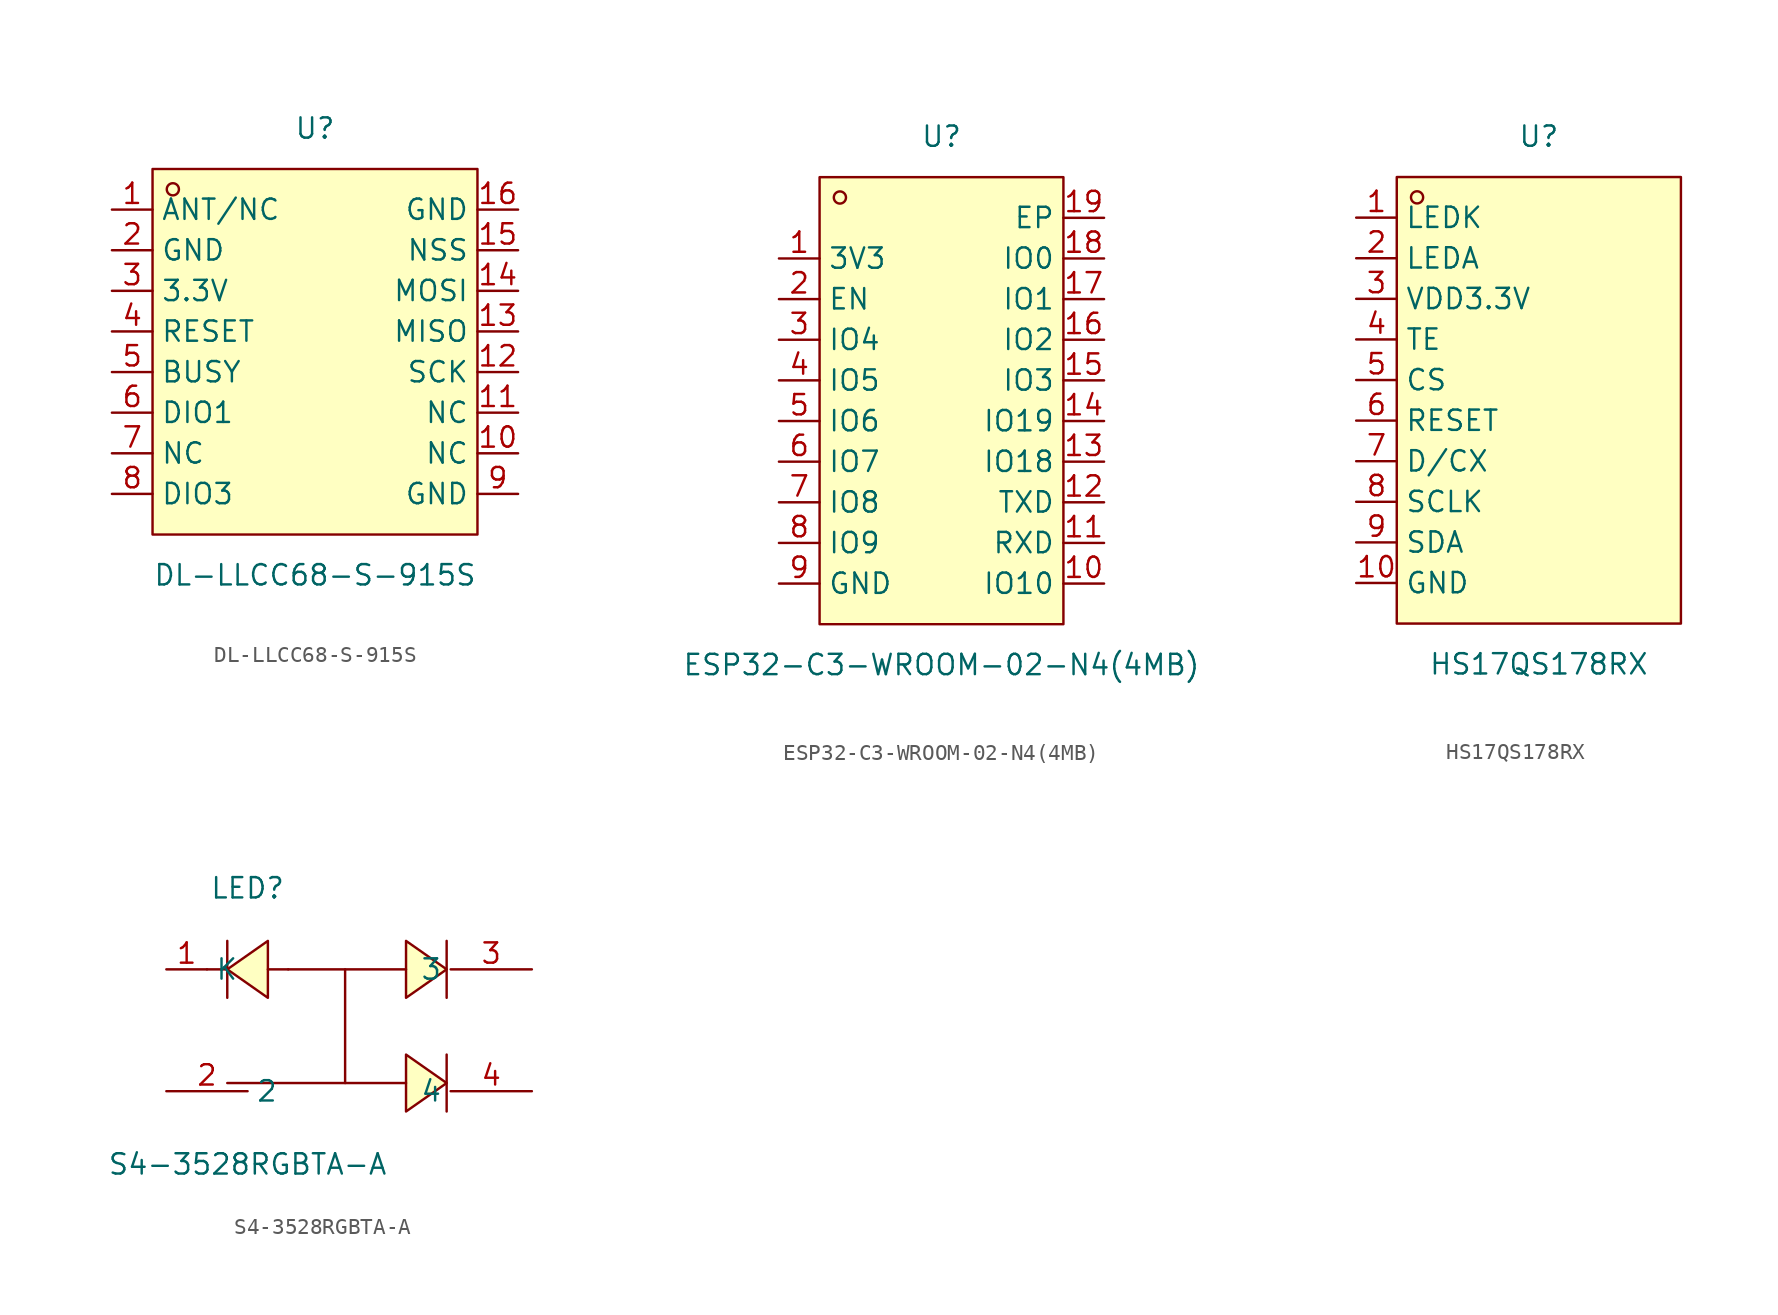
<source format=kicad_sym>
(kicad_symbol_lib
  (version 20241209)
  (generator "kicad_symbol_editor")
  (generator_version "9.0")
  (symbol "DL-LLCC68-S-915S"
    (property "Reference" "U"
      (at 0 13.97 0)
      (effects (font (size 1.27 1.27))))
    (property "Value" "DL-LLCC68-S-915S"
      (at 0 -13.97 0)
      (effects (font (size 1.27 1.27))))
    (symbol "DL-LLCC68-S-915S_0_1"
      (rectangle (start -10.16 11.43) (end 10.16 -11.43) (stroke (width 0) (type default)) (fill (type background)))
      (circle (center -8.89 10.16) (radius 0.38) (stroke (width 0) (type default)) (fill (type none)))
      (pin unspecified line (at -12.7 8.89 0) (length 2.54) (name "ANT/NC" (effects (font (size 1.27 1.27)))) (number "1" (effects (font (size 1.27 1.27)))))
      (pin unspecified line (at -12.7 6.35 0) (length 2.54) (name "GND" (effects (font (size 1.27 1.27)))) (number "2" (effects (font (size 1.27 1.27)))))
      (pin unspecified line (at -12.7 3.81 0) (length 2.54) (name "3.3V" (effects (font (size 1.27 1.27)))) (number "3" (effects (font (size 1.27 1.27)))))
      (pin unspecified line (at -12.7 1.27 0) (length 2.54) (name "RESET" (effects (font (size 1.27 1.27)))) (number "4" (effects (font (size 1.27 1.27)))))
      (pin unspecified line (at -12.7 -1.27 0) (length 2.54) (name "BUSY" (effects (font (size 1.27 1.27)))) (number "5" (effects (font (size 1.27 1.27)))))
      (pin unspecified line (at -12.7 -3.81 0) (length 2.54) (name "DIO1" (effects (font (size 1.27 1.27)))) (number "6" (effects (font (size 1.27 1.27)))))
      (pin unspecified line (at -12.7 -6.35 0) (length 2.54) (name "NC" (effects (font (size 1.27 1.27)))) (number "7" (effects (font (size 1.27 1.27)))))
      (pin unspecified line (at -12.7 -8.89 0) (length 2.54) (name "DIO3" (effects (font (size 1.27 1.27)))) (number "8" (effects (font (size 1.27 1.27)))))
      (pin unspecified line (at 12.7 8.89 180) (length 2.54) (name "GND" (effects (font (size 1.27 1.27)))) (number "16" (effects (font (size 1.27 1.27)))))
      (pin unspecified line (at 12.7 6.35 180) (length 2.54) (name "NSS" (effects (font (size 1.27 1.27)))) (number "15" (effects (font (size 1.27 1.27)))))
      (pin unspecified line (at 12.7 3.81 180) (length 2.54) (name "MOSI" (effects (font (size 1.27 1.27)))) (number "14" (effects (font (size 1.27 1.27)))))
      (pin unspecified line (at 12.7 1.27 180) (length 2.54) (name "MISO" (effects (font (size 1.27 1.27)))) (number "13" (effects (font (size 1.27 1.27)))))
      (pin unspecified line (at 12.7 -1.27 180) (length 2.54) (name "SCK" (effects (font (size 1.27 1.27)))) (number "12" (effects (font (size 1.27 1.27)))))
      (pin unspecified line (at 12.7 -3.81 180) (length 2.54) (name "NC" (effects (font (size 1.27 1.27)))) (number "11" (effects (font (size 1.27 1.27)))))
      (pin unspecified line (at 12.7 -6.35 180) (length 2.54) (name "NC" (effects (font (size 1.27 1.27)))) (number "10" (effects (font (size 1.27 1.27)))))
      (pin unspecified line (at 12.7 -8.89 180) (length 2.54) (name "GND" (effects (font (size 1.27 1.27)))) (number "9" (effects (font (size 1.27 1.27)))))))
  (symbol "ESP32-C3-WROOM-02-N4(4MB)"
    (property "Reference" "U"
      (at 0 16.51 0)
      (effects (font (size 1.27 1.27))))
    (property "Value" "ESP32-C3-WROOM-02-N4(4MB)"
      (at 0 -16.51 0)
      (effects (font (size 1.27 1.27))))
    (symbol "ESP32-C3-WROOM-02-N4(4MB)_0_1"
      (rectangle (start -7.62 13.97) (end 7.62 -13.97) (stroke (width 0) (type default)) (fill (type background)))
      (circle (center -6.35 12.7) (radius 0.38) (stroke (width 0) (type default)) (fill (type none)))
      (pin unspecified line (at -10.16 8.89 0) (length 2.54) (name "3V3" (effects (font (size 1.27 1.27)))) (number "1" (effects (font (size 1.27 1.27)))))
      (pin unspecified line (at -10.16 6.35 0) (length 2.54) (name "EN" (effects (font (size 1.27 1.27)))) (number "2" (effects (font (size 1.27 1.27)))))
      (pin unspecified line (at -10.16 3.81 0) (length 2.54) (name "IO4" (effects (font (size 1.27 1.27)))) (number "3" (effects (font (size 1.27 1.27)))))
      (pin unspecified line (at -10.16 1.27 0) (length 2.54) (name "IO5" (effects (font (size 1.27 1.27)))) (number "4" (effects (font (size 1.27 1.27)))))
      (pin unspecified line (at -10.16 -1.27 0) (length 2.54) (name "IO6" (effects (font (size 1.27 1.27)))) (number "5" (effects (font (size 1.27 1.27)))))
      (pin unspecified line (at -10.16 -3.81 0) (length 2.54) (name "IO7" (effects (font (size 1.27 1.27)))) (number "6" (effects (font (size 1.27 1.27)))))
      (pin unspecified line (at -10.16 -6.35 0) (length 2.54) (name "IO8" (effects (font (size 1.27 1.27)))) (number "7" (effects (font (size 1.27 1.27)))))
      (pin unspecified line (at -10.16 -8.89 0) (length 2.54) (name "IO9" (effects (font (size 1.27 1.27)))) (number "8" (effects (font (size 1.27 1.27)))))
      (pin unspecified line (at -10.16 -11.43 0) (length 2.54) (name "GND" (effects (font (size 1.27 1.27)))) (number "9" (effects (font (size 1.27 1.27)))))
      (pin unspecified line (at 10.16 11.43 180) (length 2.54) (name "EP" (effects (font (size 1.27 1.27)))) (number "19" (effects (font (size 1.27 1.27)))))
      (pin unspecified line (at 10.16 8.89 180) (length 2.54) (name "IO0" (effects (font (size 1.27 1.27)))) (number "18" (effects (font (size 1.27 1.27)))))
      (pin unspecified line (at 10.16 6.35 180) (length 2.54) (name "IO1" (effects (font (size 1.27 1.27)))) (number "17" (effects (font (size 1.27 1.27)))))
      (pin unspecified line (at 10.16 3.81 180) (length 2.54) (name "IO2" (effects (font (size 1.27 1.27)))) (number "16" (effects (font (size 1.27 1.27)))))
      (pin unspecified line (at 10.16 1.27 180) (length 2.54) (name "IO3" (effects (font (size 1.27 1.27)))) (number "15" (effects (font (size 1.27 1.27)))))
      (pin unspecified line (at 10.16 -1.27 180) (length 2.54) (name "IO19" (effects (font (size 1.27 1.27)))) (number "14" (effects (font (size 1.27 1.27)))))
      (pin unspecified line (at 10.16 -3.81 180) (length 2.54) (name "IO18" (effects (font (size 1.27 1.27)))) (number "13" (effects (font (size 1.27 1.27)))))
      (pin unspecified line (at 10.16 -6.35 180) (length 2.54) (name "TXD" (effects (font (size 1.27 1.27)))) (number "12" (effects (font (size 1.27 1.27)))))
      (pin unspecified line (at 10.16 -8.89 180) (length 2.54) (name "RXD" (effects (font (size 1.27 1.27)))) (number "11" (effects (font (size 1.27 1.27)))))
      (pin unspecified line (at 10.16 -11.43 180) (length 2.54) (name "IO10" (effects (font (size 1.27 1.27)))) (number "10" (effects (font (size 1.27 1.27)))))))
  (symbol "HS17QS178RX"
    (property "Reference" "U"
      (at 0 16.51 0)
      (effects (font (size 1.27 1.27))))
    (property "Value" "HS17QS178RX"
      (at 0 -16.51 0)
      (effects (font (size 1.27 1.27))))
    (symbol "HS17QS178RX_0_1"
      (rectangle (start -8.89 13.97) (end 8.89 -13.97) (stroke (width 0) (type default)) (fill (type background)))
      (circle (center -7.62 12.7) (radius 0.38) (stroke (width 0) (type default)) (fill (type none)))
      (pin unspecified line (at -11.43 11.43 0) (length 2.54) (name "LEDK" (effects (font (size 1.27 1.27)))) (number "1" (effects (font (size 1.27 1.27)))))
      (pin unspecified line (at -11.43 8.89 0) (length 2.54) (name "LEDA" (effects (font (size 1.27 1.27)))) (number "2" (effects (font (size 1.27 1.27)))))
      (pin unspecified line (at -11.43 6.35 0) (length 2.54) (name "VDD3.3V" (effects (font (size 1.27 1.27)))) (number "3" (effects (font (size 1.27 1.27)))))
      (pin unspecified line (at -11.43 3.81 0) (length 2.54) (name "TE" (effects (font (size 1.27 1.27)))) (number "4" (effects (font (size 1.27 1.27)))))
      (pin unspecified line (at -11.43 1.27 0) (length 2.54) (name "CS" (effects (font (size 1.27 1.27)))) (number "5" (effects (font (size 1.27 1.27)))))
      (pin unspecified line (at -11.43 -1.27 0) (length 2.54) (name "RESET" (effects (font (size 1.27 1.27)))) (number "6" (effects (font (size 1.27 1.27)))))
      (pin unspecified line (at -11.43 -3.81 0) (length 2.54) (name "D/CX" (effects (font (size 1.27 1.27)))) (number "7" (effects (font (size 1.27 1.27)))))
      (pin unspecified line (at -11.43 -6.35 0) (length 2.54) (name "SCLK" (effects (font (size 1.27 1.27)))) (number "8" (effects (font (size 1.27 1.27)))))
      (pin unspecified line (at -11.43 -8.89 0) (length 2.54) (name "SDA" (effects (font (size 1.27 1.27)))) (number "9" (effects (font (size 1.27 1.27)))))
      (pin unspecified line (at -11.43 -11.43 0) (length 2.54) (name "GND" (effects (font (size 1.27 1.27)))) (number "10" (effects (font (size 1.27 1.27)))))))
  (symbol "S4-3528RGBTA-A"
    (property "Reference" "LED"
      (at 0 5.08 0)
      (effects (font (size 1.27 1.27))))
    (property "Value" "S4-3528RGBTA-A"
      (at 0 -12.19 0)
      (effects (font (size 1.27 1.27))))
    (symbol "S4-3528RGBTA-A_0_1"
      (polyline (pts (xy -1.27 1.78) (xy -1.27 -1.78)) (stroke (width 0) (type default)) (fill (type none)))
      (polyline (pts (xy -1.27 0) (xy -2.54 0)) (stroke (width 0) (type default)) (fill (type none)))
      (polyline (pts (xy 1.27 1.78) (xy -1.27 0) (xy 1.27 -1.78) (xy 1.27 1.78)) (stroke (width 0) (type default)) (fill (type background)))
      (polyline (pts (xy 2.54 0) (xy 1.27 0)) (stroke (width 0) (type default)) (fill (type none)))
      (polyline (pts (xy 2.54 0) (xy 9.91 0)) (stroke (width 0) (type default)) (fill (type none)))
      (polyline (pts (xy 6.1 0) (xy 6.1 -7.11) (xy 9.91 -7.11)) (stroke (width 0) (type default)) (fill (type none)))
      (polyline (pts (xy 6.1 -7.11) (xy -1.27 -7.11)) (stroke (width 0) (type default)) (fill (type none)))
      (polyline (pts (xy 9.91 -1.78) (xy 12.45 0) (xy 9.91 1.78) (xy 9.91 -1.78)) (stroke (width 0) (type default)) (fill (type background)))
      (polyline (pts (xy 9.91 -8.89) (xy 12.45 -7.11) (xy 9.91 -5.33) (xy 9.91 -8.89)) (stroke (width 0) (type default)) (fill (type background)))
      (polyline (pts (xy 12.45 -1.78) (xy 12.45 1.78)) (stroke (width 0) (type default)) (fill (type none)))
      (polyline (pts (xy 12.45 -8.89) (xy 12.45 -5.33)) (stroke (width 0) (type default)) (fill (type none)))
      (pin unspecified line (at -5.08 0 0) (length 2.54) (name "K" (effects (font (size 1.27 1.27)))) (number "1" (effects (font (size 1.27 1.27)))))
      (pin unspecified line (at -5.08 -7.62 0) (length 5.08) (name "2" (effects (font (size 1.27 1.27)))) (number "2" (effects (font (size 1.27 1.27)))))
      (pin unspecified line (at 17.78 0 180) (length 5.08) (name "3" (effects (font (size 1.27 1.27)))) (number "3" (effects (font (size 1.27 1.27)))))
      (pin unspecified line (at 17.78 -7.62 180) (length 5.08) (name "4" (effects (font (size 1.27 1.27)))) (number "4" (effects (font (size 1.27 1.27))))))))
</source>
